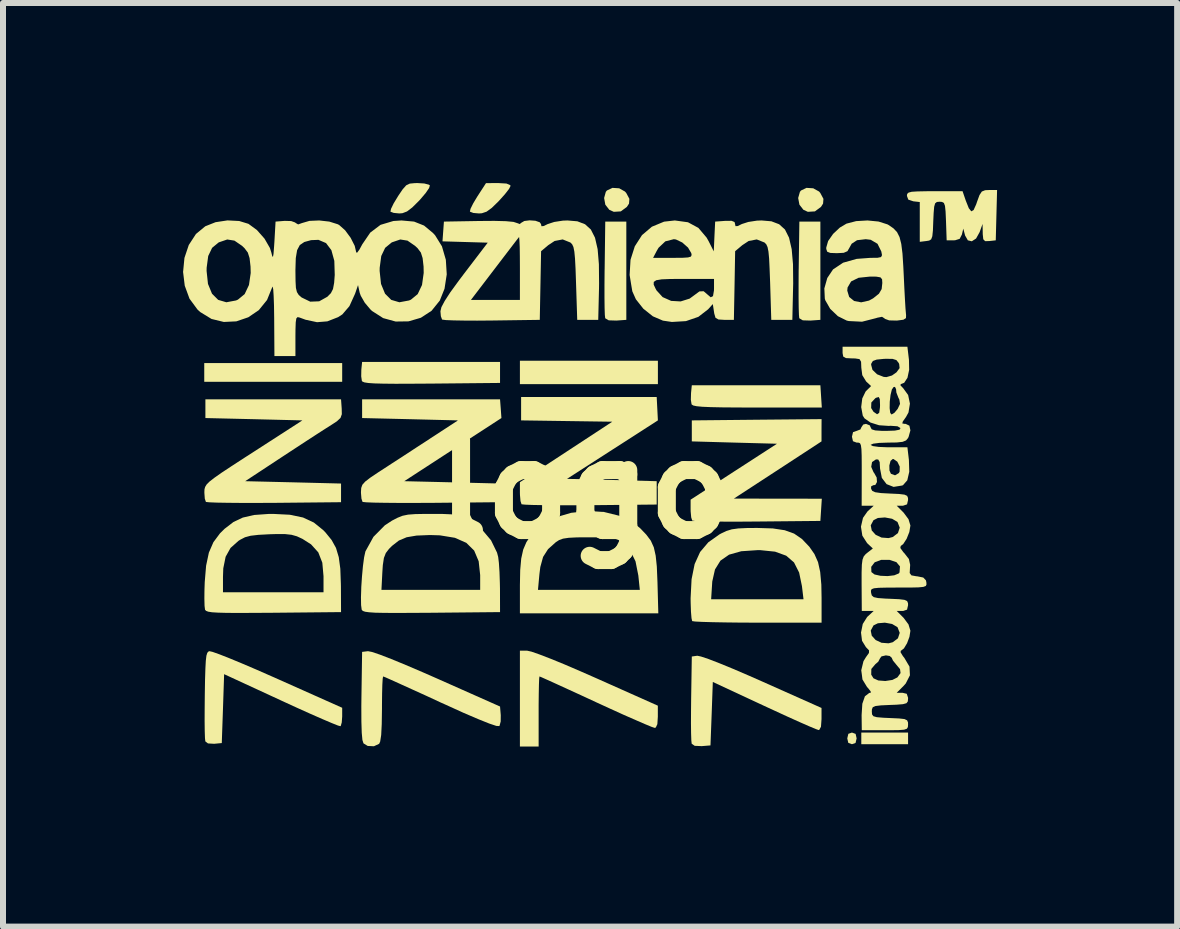
<source format=kicad_pcb>
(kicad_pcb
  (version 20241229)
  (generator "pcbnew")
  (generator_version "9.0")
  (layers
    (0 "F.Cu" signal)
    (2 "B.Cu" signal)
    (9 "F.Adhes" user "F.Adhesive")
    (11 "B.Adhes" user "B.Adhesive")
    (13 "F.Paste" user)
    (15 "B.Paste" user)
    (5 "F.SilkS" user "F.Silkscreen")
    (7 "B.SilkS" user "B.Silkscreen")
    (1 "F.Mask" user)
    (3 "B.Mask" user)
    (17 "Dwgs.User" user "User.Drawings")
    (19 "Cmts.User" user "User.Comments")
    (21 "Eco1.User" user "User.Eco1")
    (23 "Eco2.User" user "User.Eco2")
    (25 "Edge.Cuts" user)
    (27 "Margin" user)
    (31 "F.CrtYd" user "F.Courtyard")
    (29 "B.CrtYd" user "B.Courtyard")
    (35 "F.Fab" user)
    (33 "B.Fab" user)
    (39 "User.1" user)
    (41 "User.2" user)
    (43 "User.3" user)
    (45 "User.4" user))
  (footprint "logo"
    (layer "F.Cu")
    (at 6.703 5.103)
    (property "Reference" "logo" (at 0 0 0) (layer "F.SilkS") (effects (font (size 1.5 1.5) (thickness 0.3))))
    (attr board_only exclude_from_pos_files exclude_from_bom)
    (fp_poly (pts (xy -4.052 -1.948) (xy -4.052 -1.792) (xy -5.201 -1.792) (xy -6.35 -1.792) (xy -6.35 -1.948) (xy -6.35 -2.104) (xy -5.201 -2.104) (xy -4.052 -2.104)) (stroke (width 0) (type solid)) (fill yes) (layer "F.SilkS"))
    (fp_poly (pts (xy 1.208 -1.948) (xy 1.208 -1.753) (xy 0.058 -1.753) (xy -1.091 -1.753) (xy -1.091 -1.948) (xy -1.091 -2.143) (xy 0.058 -2.143) (xy 1.208 -2.143)) (stroke (width 0) (type solid)) (fill yes) (layer "F.SilkS"))
    (fp_poly (pts (xy 4.502 4.074) (xy 4.519 4.149) (xy 4.501 4.225) (xy 4.441 4.246) (xy 4.38 4.223) (xy 4.363 4.149) (xy 4.381 4.073) (xy 4.441 4.052)) (stroke (width 0) (type solid)) (fill yes) (layer "F.SilkS"))
    (fp_poly (pts (xy 5.376 4.149) (xy 5.376 4.246) (xy 4.987 4.246) (xy 4.597 4.246) (xy 4.597 4.149) (xy 4.597 4.052) (xy 4.987 4.052) (xy 5.376 4.052)) (stroke (width 0) (type solid)) (fill yes) (layer "F.SilkS"))
    (fp_poly (pts (xy 0.563 -5.016) (xy 0.659 -4.962) (xy 0.68 -4.939) (xy 0.733 -4.84) (xy 0.727 -4.761) (xy 0.691 -4.706) (xy 0.59 -4.631) (xy 0.473 -4.624) (xy 0.398 -4.658) (xy 0.332 -4.743) (xy 0.312 -4.854) (xy 0.34 -4.956) (xy 0.358 -4.979) (xy 0.451 -5.023)) (stroke (width 0) (type solid)) (fill yes) (layer "F.SilkS"))
    (fp_poly (pts (xy 3.796 -5.016) (xy 3.893 -4.962) (xy 3.913 -4.939) (xy 3.966 -4.84) (xy 3.96 -4.761) (xy 3.925 -4.706) (xy 3.824 -4.631) (xy 3.706 -4.624) (xy 3.632 -4.658) (xy 3.566 -4.743) (xy 3.545 -4.854) (xy 3.574 -4.956) (xy 3.592 -4.979) (xy 3.684 -5.023)) (stroke (width 0) (type solid)) (fill yes) (layer "F.SilkS"))
    (fp_poly (pts (xy 0.682 -3.642) (xy 0.682 -2.824) (xy 0.516 -2.812) (xy 0.389 -2.816) (xy 0.331 -2.85) (xy 0.33 -2.852) (xy 0.324 -2.906) (xy 0.32 -3.025) (xy 0.318 -3.196) (xy 0.318 -3.406) (xy 0.32 -3.644) (xy 0.321 -3.683) (xy 0.331 -4.461) (xy 0.506 -4.461) (xy 0.682 -4.461)) (stroke (width 0) (type solid)) (fill yes) (layer "F.SilkS"))
    (fp_poly (pts (xy 3.915 -3.642) (xy 3.915 -2.824) (xy 3.749 -2.812) (xy 3.622 -2.816) (xy 3.565 -2.85) (xy 3.563 -2.852) (xy 3.558 -2.906) (xy 3.554 -3.025) (xy 3.552 -3.196) (xy 3.552 -3.406) (xy 3.553 -3.644) (xy 3.554 -3.683) (xy 3.565 -4.461) (xy 3.74 -4.461) (xy 3.915 -4.461)) (stroke (width 0) (type solid)) (fill yes) (layer "F.SilkS"))
    (fp_poly (pts (xy -1.422 -1.948) (xy -1.422 -1.773) (xy -2.562 -1.762) (xy -2.898 -1.76) (xy -3.163 -1.759) (xy -3.366 -1.761) (xy -3.515 -1.765) (xy -3.617 -1.772) (xy -3.681 -1.782) (xy -3.715 -1.796) (xy -3.724 -1.807) (xy -3.735 -1.883) (xy -3.733 -1.989) (xy -3.733 -1.993) (xy -3.72 -2.123) (xy -2.571 -2.123) (xy -1.422 -2.123)) (stroke (width 0) (type solid)) (fill yes) (layer "F.SilkS"))
    (fp_poly (pts (xy 3.927 -1.549) (xy 3.939 -1.363) (xy 2.864 -1.363) (xy 2.538 -1.364) (xy 2.282 -1.366) (xy 2.088 -1.37) (xy 1.948 -1.376) (xy 1.854 -1.385) (xy 1.798 -1.397) (xy 1.772 -1.413) (xy 1.769 -1.418) (xy 1.757 -1.493) (xy 1.76 -1.6) (xy 1.76 -1.603) (xy 1.773 -1.734) (xy 2.844 -1.734) (xy 3.915 -1.734)) (stroke (width 0) (type solid)) (fill yes) (layer "F.SilkS"))
    (fp_poly (pts (xy -1.315 -5.095) (xy -1.253 -5.069) (xy -1.247 -5.055) (xy -1.273 -5.004) (xy -1.341 -4.917) (xy -1.435 -4.812) (xy -1.445 -4.801) (xy -1.56 -4.689) (xy -1.647 -4.626) (xy -1.725 -4.6) (xy -1.773 -4.597) (xy -1.867 -4.605) (xy -1.922 -4.626) (xy -1.924 -4.628) (xy -1.914 -4.674) (xy -1.869 -4.765) (xy -1.8 -4.88) (xy -1.799 -4.881) (xy -1.656 -5.102) (xy -1.451 -5.103)) (stroke (width 0) (type solid)) (fill yes) (layer "F.SilkS"))
    (fp_poly (pts (xy -2.684 -5.096) (xy -2.607 -5.076) (xy -2.591 -5.064) (xy -2.604 -5.02) (xy -2.661 -4.937) (xy -2.75 -4.832) (xy -2.769 -4.811) (xy -2.885 -4.696) (xy -2.972 -4.63) (xy -3.048 -4.601) (xy -3.1 -4.597) (xy -3.194 -4.606) (xy -3.247 -4.626) (xy -3.248 -4.628) (xy -3.238 -4.674) (xy -3.194 -4.765) (xy -3.124 -4.88) (xy -3.124 -4.881) (xy -3.045 -4.998) (xy -2.986 -5.065) (xy -2.926 -5.094) (xy -2.843 -5.102) (xy -2.797 -5.103)) (stroke (width 0) (type solid)) (fill yes) (layer "F.SilkS"))
    (fp_poly (pts (xy 1.198 -1.344) (xy 1.208 -1.149) (xy 0.451 -0.662) (xy -0.306 -0.175) (xy 0.441 -0.156) (xy 1.188 -0.136) (xy 1.188 0.058) (xy 1.188 0.253) (xy 0.075 0.264) (xy -0.212 0.265) (xy -0.473 0.265) (xy -0.699 0.263) (xy -0.879 0.26) (xy -1.003 0.255) (xy -1.061 0.249) (xy -1.064 0.247) (xy -1.081 0.195) (xy -1.09 0.095) (xy -1.091 0.051) (xy -1.091 -0.119) (xy -0.321 -0.623) (xy 0.448 -1.127) (xy -0.312 -1.138) (xy -1.071 -1.149) (xy -1.071 -1.344) (xy -1.071 -1.539) (xy 0.058 -1.539) (xy 1.188 -1.539)) (stroke (width 0) (type solid)) (fill yes) (layer "F.SilkS"))
    (fp_poly (pts (xy 3.934 -0.984) (xy 3.934 -0.799) (xy 3.204 -0.322) (xy 2.474 0.154) (xy 3.206 0.155) (xy 3.939 0.156) (xy 3.927 0.341) (xy 3.915 0.526) (xy 2.861 0.536) (xy 2.582 0.538) (xy 2.328 0.538) (xy 2.111 0.536) (xy 1.94 0.532) (xy 1.826 0.527) (xy 1.78 0.52) (xy 1.78 0.52) (xy 1.763 0.467) (xy 1.754 0.369) (xy 1.753 0.333) (xy 1.753 0.172) (xy 2.472 -0.294) (xy 3.192 -0.76) (xy 2.482 -0.779) (xy 1.773 -0.799) (xy 1.773 -0.974) (xy 1.773 -1.149) (xy 2.854 -1.16) (xy 3.935 -1.17)) (stroke (width 0) (type solid)) (fill yes) (layer "F.SilkS"))
    (fp_poly (pts (xy 1.926 2.785) (xy 2.052 2.827) (xy 2.233 2.897) (xy 2.462 2.991) (xy 2.732 3.107) (xy 2.945 3.201) (xy 3.934 3.642) (xy 3.934 3.828) (xy 3.925 3.955) (xy 3.896 4.008) (xy 3.886 4.01) (xy 3.838 3.993) (xy 3.73 3.948) (xy 3.573 3.879) (xy 3.375 3.79) (xy 3.149 3.686) (xy 2.98 3.608) (xy 2.123 3.209) (xy 2.104 3.738) (xy 2.084 4.266) (xy 1.938 4.278) (xy 1.821 4.273) (xy 1.771 4.238) (xy 1.765 4.183) (xy 1.761 4.065) (xy 1.759 3.895) (xy 1.76 3.688) (xy 1.762 3.485) (xy 1.773 2.785) (xy 1.864 2.772)) (stroke (width 0) (type solid)) (fill yes) (layer "F.SilkS"))
    (fp_poly (pts (xy -0.898 2.704) (xy -0.766 2.75) (xy -0.579 2.822) (xy -0.347 2.917) (xy -0.077 3.033) (xy 0.18 3.146) (xy 1.207 3.604) (xy 1.207 3.789) (xy 1.199 3.912) (xy 1.173 3.968) (xy 1.155 3.974) (xy 1.106 3.958) (xy 0.997 3.913) (xy 0.838 3.844) (xy 0.637 3.756) (xy 0.406 3.651) (xy 0.175 3.545) (xy -0.073 3.43) (xy -0.298 3.327) (xy -0.488 3.24) (xy -0.636 3.173) (xy -0.732 3.13) (xy -0.765 3.117) (xy -0.77 3.153) (xy -0.774 3.254) (xy -0.777 3.407) (xy -0.779 3.596) (xy -0.779 3.701) (xy -0.779 4.285) (xy -0.935 4.285) (xy -1.091 4.285) (xy -1.091 3.487) (xy -1.091 2.688) (xy -0.969 2.688)) (stroke (width 0) (type solid)) (fill yes) (layer "F.SilkS"))
    (fp_poly (pts (xy -6.211 2.708) (xy -6.098 2.748) (xy -5.933 2.813) (xy -5.725 2.899) (xy -5.484 3.002) (xy -5.218 3.119) (xy -5.123 3.161) (xy -4.052 3.639) (xy -4.052 3.785) (xy -4.059 3.883) (xy -4.076 3.942) (xy -4.081 3.946) (xy -4.122 3.935) (xy -4.225 3.894) (xy -4.38 3.828) (xy -4.576 3.742) (xy -4.805 3.639) (xy -5.058 3.523) (xy -5.064 3.52) (xy -6.019 3.079) (xy -6.038 3.653) (xy -6.058 4.227) (xy -6.185 4.239) (xy -6.288 4.233) (xy -6.332 4.199) (xy -6.338 4.145) (xy -6.342 4.026) (xy -6.344 3.856) (xy -6.343 3.648) (xy -6.341 3.427) (xy -6.337 3.173) (xy -6.331 2.985) (xy -6.324 2.855) (xy -6.314 2.771) (xy -6.299 2.723) (xy -6.279 2.701) (xy -6.263 2.696)) (stroke (width 0) (type solid)) (fill yes) (layer "F.SilkS"))
    (fp_poly (pts (xy -1.41 -1.344) (xy -1.399 -1.188) (xy -2.209 -0.662) (xy -3.018 -0.136) (xy -2.22 -0.117) (xy -1.422 -0.097) (xy -1.422 0.058) (xy -1.422 0.214) (xy -2.554 0.225) (xy -2.844 0.226) (xy -3.108 0.226) (xy -3.337 0.224) (xy -3.52 0.221) (xy -3.647 0.216) (xy -3.709 0.21) (xy -3.713 0.208) (xy -3.731 0.155) (xy -3.739 0.059) (xy -3.739 0.042) (xy -3.735 -0.023) (xy -3.716 -0.076) (xy -3.669 -0.129) (xy -3.582 -0.196) (xy -3.445 -0.288) (xy -3.398 -0.318) (xy -3.231 -0.427) (xy -3.024 -0.561) (xy -2.804 -0.705) (xy -2.596 -0.84) (xy -2.591 -0.844) (xy -2.123 -1.149) (xy -2.922 -1.169) (xy -3.72 -1.188) (xy -3.72 -1.344) (xy -3.72 -1.5) (xy -2.571 -1.5) (xy -1.422 -1.5)) (stroke (width 0) (type solid)) (fill yes) (layer "F.SilkS"))
    (fp_poly (pts (xy -4.06 -1.344) (xy -4.058 -1.252) (xy -4.08 -1.19) (xy -4.14 -1.134) (xy -4.235 -1.072) (xy -4.328 -1.013) (xy -4.471 -0.921) (xy -4.651 -0.804) (xy -4.853 -0.672) (xy -5.045 -0.546) (xy -5.668 -0.136) (xy -4.87 -0.117) (xy -4.071 -0.097) (xy -4.071 0.058) (xy -4.071 0.214) (xy -5.184 0.225) (xy -5.471 0.226) (xy -5.732 0.226) (xy -5.958 0.224) (xy -6.138 0.221) (xy -6.262 0.216) (xy -6.321 0.21) (xy -6.323 0.208) (xy -6.341 0.155) (xy -6.348 0.059) (xy -6.348 0.042) (xy -6.346 -0.002) (xy -6.335 -0.041) (xy -6.31 -0.082) (xy -6.261 -0.131) (xy -6.181 -0.193) (xy -6.063 -0.276) (xy -5.898 -0.385) (xy -5.681 -0.526) (xy -5.53 -0.623) (xy -4.715 -1.149) (xy -5.523 -1.169) (xy -6.331 -1.188) (xy -6.331 -1.344) (xy -6.331 -1.5) (xy -5.201 -1.5) (xy -4.071 -1.5)) (stroke (width 0) (type solid)) (fill yes) (layer "F.SilkS"))
    (fp_poly (pts (xy -3.556 2.709) (xy -3.425 2.753) (xy -3.236 2.826) (xy -2.993 2.926) (xy -2.703 3.05) (xy -2.473 3.151) (xy -1.422 3.618) (xy -1.41 3.762) (xy -1.411 3.867) (xy -1.43 3.938) (xy -1.435 3.944) (xy -1.484 3.941) (xy -1.601 3.902) (xy -1.783 3.829) (xy -2.031 3.723) (xy -2.341 3.582) (xy -2.413 3.55) (xy -2.663 3.434) (xy -2.89 3.331) (xy -3.084 3.243) (xy -3.234 3.175) (xy -3.333 3.131) (xy -3.37 3.117) (xy -3.377 3.153) (xy -3.383 3.254) (xy -3.387 3.404) (xy -3.389 3.59) (xy -3.389 3.654) (xy -3.393 3.911) (xy -3.402 4.092) (xy -3.419 4.202) (xy -3.436 4.239) (xy -3.523 4.28) (xy -3.627 4.275) (xy -3.697 4.232) (xy -3.715 4.176) (xy -3.726 4.057) (xy -3.732 3.871) (xy -3.733 3.613) (xy -3.731 3.443) (xy -3.72 2.708) (xy -3.622 2.696)) (stroke (width 0) (type solid)) (fill yes) (layer "F.SilkS"))
    (fp_poly (pts (xy 0.31 0.377) (xy 0.568 0.441) (xy 0.795 0.553) (xy 0.912 0.647) (xy 1.015 0.755) (xy 1.09 0.855) (xy 1.14 0.966) (xy 1.171 1.104) (xy 1.19 1.285) (xy 1.2 1.525) (xy 1.201 1.549) (xy 1.215 2.065) (xy 0.062 2.065) (xy -1.091 2.065) (xy -1.091 1.675) (xy -0.79 1.675) (xy 0.058 1.675) (xy 0.907 1.675) (xy 0.882 1.435) (xy 0.835 1.199) (xy 0.747 1.019) (xy 0.611 0.881) (xy 0.553 0.844) (xy 0.486 0.82) (xy 0.392 0.807) (xy 0.253 0.8) (xy 0.058 0.799) (xy -0.14 0.8) (xy -0.278 0.807) (xy -0.372 0.821) (xy -0.438 0.845) (xy -0.491 0.879) (xy -0.622 0.996) (xy -0.705 1.126) (xy -0.751 1.294) (xy -0.766 1.413) (xy -0.79 1.675) (xy -1.091 1.675) (xy -1.091 1.596) (xy -1.086 1.344) (xy -1.069 1.153) (xy -1.036 1.004) (xy -0.983 0.88) (xy -0.906 0.763) (xy -0.896 0.75) (xy -0.72 0.587) (xy -0.496 0.467) (xy -0.238 0.391) (xy 0.036 0.361)) (stroke (width 0) (type solid)) (fill yes) (layer "F.SilkS"))
    (fp_poly (pts (xy 3.122 0.651) (xy 3.321 0.681) (xy 3.477 0.737) (xy 3.608 0.827) (xy 3.731 0.956) (xy 3.816 1.078) (xy 3.876 1.213) (xy 3.912 1.377) (xy 3.931 1.588) (xy 3.935 1.806) (xy 3.935 2.221) (xy 2.87 2.221) (xy 2.589 2.22) (xy 2.335 2.217) (xy 2.116 2.213) (xy 1.944 2.208) (xy 1.828 2.202) (xy 1.78 2.195) (xy 1.779 2.195) (xy 1.768 2.146) (xy 1.759 2.039) (xy 1.754 1.892) (xy 1.753 1.831) (xy 2.095 1.831) (xy 2.864 1.831) (xy 3.634 1.831) (xy 3.608 1.613) (xy 3.561 1.386) (xy 3.476 1.218) (xy 3.345 1.105) (xy 3.16 1.038) (xy 2.915 1.013) (xy 2.864 1.013) (xy 2.597 1.031) (xy 2.394 1.088) (xy 2.25 1.188) (xy 2.159 1.335) (xy 2.114 1.534) (xy 2.111 1.579) (xy 2.095 1.831) (xy 1.753 1.831) (xy 1.753 1.812) (xy 1.769 1.498) (xy 1.82 1.245) (xy 1.911 1.044) (xy 2.048 0.882) (xy 2.234 0.75) (xy 2.264 0.734) (xy 2.351 0.693) (xy 2.439 0.666) (xy 2.548 0.651) (xy 2.699 0.644) (xy 2.863 0.643)) (stroke (width 0) (type solid)) (fill yes) (layer "F.SilkS"))
    (fp_poly (pts (xy 6.848 -4.568) (xy 6.837 -4.149) (xy 6.73 -4.137) (xy 6.66 -4.135) (xy 6.629 -4.167) (xy 6.62 -4.253) (xy 6.62 -4.273) (xy 6.617 -4.422) (xy 6.568 -4.285) (xy 6.509 -4.179) (xy 6.438 -4.133) (xy 6.372 -4.149) (xy 6.325 -4.231) (xy 6.325 -4.234) (xy 6.296 -4.344) (xy 6.273 -4.246) (xy 6.236 -4.174) (xy 6.16 -4.15) (xy 6.134 -4.149) (xy 6.019 -4.149) (xy 6.008 -4.47) (xy 6.001 -4.628) (xy 5.991 -4.723) (xy 5.973 -4.772) (xy 5.941 -4.789) (xy 5.902 -4.792) (xy 5.856 -4.788) (xy 5.827 -4.765) (xy 5.811 -4.709) (xy 5.802 -4.603) (xy 5.796 -4.47) (xy 5.79 -4.313) (xy 5.78 -4.217) (xy 5.761 -4.166) (xy 5.728 -4.145) (xy 5.678 -4.137) (xy 5.571 -4.124) (xy 5.571 -4.455) (xy 5.571 -4.787) (xy 5.464 -4.799) (xy 5.38 -4.827) (xy 5.357 -4.889) (xy 5.361 -4.922) (xy 5.384 -4.944) (xy 5.437 -4.958) (xy 5.534 -4.964) (xy 5.688 -4.967) (xy 5.82 -4.967) (xy 6.284 -4.967) (xy 6.337 -4.812) (xy 6.388 -4.684) (xy 6.429 -4.632) (xy 6.468 -4.654) (xy 6.511 -4.749) (xy 6.524 -4.788) (xy 6.566 -4.903) (xy 6.605 -4.962) (xy 6.66 -4.984) (xy 6.725 -4.987) (xy 6.859 -4.987)) (stroke (width 0) (type solid)) (fill yes) (layer "F.SilkS"))
    (fp_poly (pts (xy -4.924 0.423) (xy -4.704 0.469) (xy -4.524 0.553) (xy -4.367 0.68) (xy -4.332 0.716) (xy -4.228 0.844) (xy -4.155 0.976) (xy -4.109 1.13) (xy -4.083 1.323) (xy -4.074 1.573) (xy -4.073 1.617) (xy -4.071 2.045) (xy -5.192 2.056) (xy -5.52 2.058) (xy -5.779 2.059) (xy -5.976 2.058) (xy -6.121 2.054) (xy -6.22 2.048) (xy -6.284 2.038) (xy -6.32 2.024) (xy -6.336 2.007) (xy -6.337 2.005) (xy -6.345 1.941) (xy -6.348 1.82) (xy -6.347 1.714) (xy -6.038 1.714) (xy -5.201 1.714) (xy -4.363 1.714) (xy -4.363 1.447) (xy -4.383 1.222) (xy -4.45 1.05) (xy -4.571 0.916) (xy -4.714 0.825) (xy -4.807 0.782) (xy -4.896 0.757) (xy -5.005 0.745) (xy -5.156 0.745) (xy -5.264 0.748) (xy -5.449 0.758) (xy -5.578 0.773) (xy -5.671 0.798) (xy -5.75 0.839) (xy -5.78 0.858) (xy -5.912 0.976) (xy -5.994 1.123) (xy -6.033 1.316) (xy -6.038 1.457) (xy -6.038 1.714) (xy -6.347 1.714) (xy -6.346 1.661) (xy -6.342 1.546) (xy -6.319 1.271) (xy -6.273 1.054) (xy -6.198 0.881) (xy -6.088 0.733) (xy -6.011 0.657) (xy -5.864 0.544) (xy -5.707 0.47) (xy -5.52 0.427) (xy -5.283 0.41) (xy -5.201 0.409)) (stroke (width 0) (type solid)) (fill yes) (layer "F.SilkS"))
    (fp_poly (pts (xy -2.374 0.41) (xy -2.235 0.416) (xy -2.133 0.431) (xy -2.049 0.457) (xy -1.962 0.499) (xy -1.918 0.523) (xy -1.727 0.665) (xy -1.572 0.849) (xy -1.472 1.054) (xy -1.453 1.126) (xy -1.441 1.226) (xy -1.431 1.379) (xy -1.425 1.559) (xy -1.423 1.656) (xy -1.422 2.045) (xy -2.562 2.056) (xy -2.893 2.058) (xy -3.154 2.059) (xy -3.354 2.058) (xy -3.501 2.055) (xy -3.603 2.048) (xy -3.669 2.039) (xy -3.707 2.026) (xy -3.724 2.009) (xy -3.727 2.004) (xy -3.737 1.929) (xy -3.739 1.797) (xy -3.735 1.675) (xy -3.398 1.675) (xy -2.575 1.675) (xy -1.753 1.675) (xy -1.753 1.428) (xy -1.778 1.198) (xy -1.853 1.02) (xy -1.984 0.891) (xy -2.174 0.807) (xy -2.425 0.766) (xy -2.591 0.761) (xy -2.813 0.77) (xy -2.978 0.798) (xy -3.108 0.853) (xy -3.222 0.942) (xy -3.272 0.992) (xy -3.325 1.061) (xy -3.357 1.143) (xy -3.375 1.263) (xy -3.383 1.385) (xy -3.398 1.675) (xy -3.735 1.675) (xy -3.734 1.631) (xy -3.722 1.451) (xy -3.706 1.278) (xy -3.687 1.134) (xy -3.666 1.038) (xy -3.664 1.032) (xy -3.531 0.791) (xy -3.34 0.598) (xy -3.222 0.521) (xy -3.129 0.473) (xy -3.046 0.44) (xy -2.954 0.421) (xy -2.833 0.412) (xy -2.663 0.409) (xy -2.571 0.409)) (stroke (width 0) (type solid)) (fill yes) (layer "F.SilkS"))
    (fp_poly (pts (xy -0.833 -4.475) (xy -0.761 -4.45) (xy -0.74 -4.421) (xy -0.732 -4.384) (xy -0.695 -4.387) (xy -0.625 -4.421) (xy -0.519 -4.455) (xy -0.376 -4.477) (xy -0.297 -4.48) (xy -0.134 -4.466) (xy -0.006 -4.417) (xy 0.091 -4.329) (xy 0.16 -4.193) (xy 0.204 -4.002) (xy 0.225 -3.751) (xy 0.228 -3.431) (xy 0.227 -3.35) (xy 0.214 -2.824) (xy 0.039 -2.824) (xy -0.136 -2.824) (xy -0.156 -3.441) (xy -0.164 -3.676) (xy -0.173 -3.846) (xy -0.184 -3.961) (xy -0.199 -4.036) (xy -0.22 -4.082) (xy -0.248 -4.111) (xy -0.251 -4.113) (xy -0.378 -4.164) (xy -0.513 -4.138) (xy -0.619 -4.068) (xy -0.738 -3.968) (xy -0.749 -3.396) (xy -0.76 -2.824) (xy -1.56 -2.813) (xy -1.803 -2.811) (xy -2.018 -2.812) (xy -2.195 -2.815) (xy -2.321 -2.82) (xy -2.384 -2.828) (xy -2.388 -2.83) (xy -2.408 -2.885) (xy -2.415 -2.967) (xy -2.399 -3.035) (xy -2.345 -3.137) (xy -2.333 -3.156) (xy -1.907 -3.156) (xy -1.499 -3.156) (xy -1.091 -3.156) (xy -1.091 -3.688) (xy -1.092 -3.88) (xy -1.094 -4.038) (xy -1.099 -4.15) (xy -1.104 -4.202) (xy -1.105 -4.204) (xy -1.133 -4.169) (xy -1.199 -4.083) (xy -1.296 -3.956) (xy -1.416 -3.799) (xy -1.513 -3.672) (xy -1.907 -3.156) (xy -2.333 -3.156) (xy -2.252 -3.281) (xy -2.113 -3.472) (xy -2.021 -3.594) (xy -1.627 -4.11) (xy -2.004 -4.121) (xy -2.381 -4.132) (xy -2.369 -4.296) (xy -2.357 -4.461) (xy -1.778 -4.471) (xy -1.519 -4.473) (xy -1.324 -4.468) (xy -1.198 -4.456) (xy -1.148 -4.44) (xy -1.094 -4.42) (xy -1.072 -4.439) (xy -1.018 -4.471) (xy -0.929 -4.482)) (stroke (width 0) (type solid)) (fill yes) (layer "F.SilkS"))
    (fp_poly (pts (xy 4.884 -4.462) (xy 5.032 -4.415) (xy 5.052 -4.404) (xy 5.132 -4.349) (xy 5.192 -4.286) (xy 5.234 -4.203) (xy 5.263 -4.088) (xy 5.283 -3.927) (xy 5.297 -3.707) (xy 5.304 -3.565) (xy 5.314 -3.353) (xy 5.324 -3.165) (xy 5.333 -3.016) (xy 5.341 -2.922) (xy 5.343 -2.902) (xy 5.341 -2.853) (xy 5.298 -2.826) (xy 5.198 -2.813) (xy 5.185 -2.812) (xy 5.061 -2.815) (xy 4.99 -2.841) (xy 4.984 -2.848) (xy 4.942 -2.875) (xy 4.861 -2.859) (xy 4.844 -2.853) (xy 4.609 -2.793) (xy 4.39 -2.804) (xy 4.354 -2.812) (xy 4.207 -2.885) (xy 4.079 -3.007) (xy 3.997 -3.15) (xy 3.989 -3.178) (xy 3.983 -3.311) (xy 4.363 -3.311) (xy 4.395 -3.205) (xy 4.478 -3.138) (xy 4.595 -3.116) (xy 4.725 -3.145) (xy 4.793 -3.182) (xy 4.891 -3.26) (xy 4.936 -3.337) (xy 4.947 -3.438) (xy 4.943 -3.5) (xy 4.916 -3.532) (xy 4.847 -3.544) (xy 4.742 -3.545) (xy 4.551 -3.525) (xy 4.427 -3.464) (xy 4.368 -3.363) (xy 4.363 -3.311) (xy 3.983 -3.311) (xy 3.981 -3.347) (xy 4.03 -3.521) (xy 4.125 -3.663) (xy 4.126 -3.664) (xy 4.293 -3.776) (xy 4.52 -3.84) (xy 4.747 -3.857) (xy 4.867 -3.858) (xy 4.926 -3.87) (xy 4.942 -3.902) (xy 4.93 -3.964) (xy 4.867 -4.091) (xy 4.754 -4.158) (xy 4.671 -4.168) (xy 4.526 -4.151) (xy 4.436 -4.092) (xy 4.4 -4.027) (xy 4.366 -3.968) (xy 4.304 -3.941) (xy 4.191 -3.935) (xy 4.189 -3.935) (xy 4.08 -3.939) (xy 4.029 -3.959) (xy 4.013 -4.005) (xy 4.013 -4.029) (xy 4.044 -4.137) (xy 4.127 -4.256) (xy 4.24 -4.362) (xy 4.35 -4.427) (xy 4.511 -4.469) (xy 4.7 -4.48)) (stroke (width 0) (type solid)) (fill yes) (layer "F.SilkS"))
    (fp_poly (pts (xy 3.099 -4.466) (xy 3.228 -4.417) (xy 3.325 -4.329) (xy 3.393 -4.193) (xy 3.437 -4.002) (xy 3.459 -3.751) (xy 3.462 -3.431) (xy 3.46 -3.35) (xy 3.448 -2.824) (xy 3.272 -2.824) (xy 3.097 -2.824) (xy 3.078 -3.441) (xy 3.069 -3.676) (xy 3.061 -3.846) (xy 3.05 -3.961) (xy 3.035 -4.036) (xy 3.014 -4.082) (xy 2.986 -4.111) (xy 2.983 -4.113) (xy 2.855 -4.164) (xy 2.72 -4.138) (xy 2.614 -4.068) (xy 2.495 -3.968) (xy 2.485 -3.396) (xy 2.474 -2.824) (xy 2.318 -2.824) (xy 2.217 -2.83) (xy 2.168 -2.858) (xy 2.147 -2.929) (xy 2.143 -2.955) (xy 2.123 -3.087) (xy 2.045 -3) (xy 1.882 -2.874) (xy 1.675 -2.803) (xy 1.441 -2.789) (xy 1.292 -2.811) (xy 1.124 -2.883) (xy 0.965 -3.01) (xy 0.841 -3.167) (xy 0.782 -3.299) (xy 0.763 -3.411) (xy 1.138 -3.411) (xy 1.168 -3.346) (xy 1.184 -3.316) (xy 1.287 -3.203) (xy 1.429 -3.14) (xy 1.587 -3.131) (xy 1.737 -3.178) (xy 1.808 -3.23) (xy 1.9 -3.298) (xy 1.97 -3.301) (xy 2.026 -3.253) (xy 2.088 -3.2) (xy 2.126 -3.219) (xy 2.142 -3.313) (xy 2.143 -3.35) (xy 2.143 -3.506) (xy 1.636 -3.506) (xy 1.419 -3.505) (xy 1.27 -3.499) (xy 1.18 -3.484) (xy 1.139 -3.456) (xy 1.138 -3.411) (xy 0.763 -3.411) (xy 0.737 -3.572) (xy 0.752 -3.825) (xy 0.762 -3.857) (xy 1.128 -3.857) (xy 1.456 -3.857) (xy 1.616 -3.858) (xy 1.711 -3.864) (xy 1.758 -3.878) (xy 1.77 -3.905) (xy 1.764 -3.936) (xy 1.71 -4.028) (xy 1.614 -4.113) (xy 1.509 -4.163) (xy 1.473 -4.168) (xy 1.332 -4.132) (xy 1.219 -4.025) (xy 1.188 -3.972) (xy 1.128 -3.857) (xy 0.762 -3.857) (xy 0.823 -4.049) (xy 0.943 -4.236) (xy 1.108 -4.376) (xy 1.311 -4.46) (xy 1.49 -4.48) (xy 1.709 -4.45) (xy 1.883 -4.356) (xy 2.019 -4.195) (xy 2.053 -4.135) (xy 2.139 -3.965) (xy 2.15 -4.213) (xy 2.162 -4.461) (xy 2.328 -4.473) (xy 2.435 -4.474) (xy 2.485 -4.454) (xy 2.493 -4.423) (xy 2.501 -4.385) (xy 2.537 -4.387) (xy 2.608 -4.421) (xy 2.714 -4.455) (xy 2.857 -4.477) (xy 2.936 -4.48)) (stroke (width 0) (type solid)) (fill yes) (layer "F.SilkS"))
    (fp_poly (pts (xy -5.768 -4.471) (xy -5.614 -4.424) (xy -5.473 -4.321) (xy -5.346 -4.177) (xy -5.256 -4.021) (xy -5.232 -3.945) (xy -5.217 -3.884) (xy -5.205 -3.874) (xy -5.196 -3.924) (xy -5.187 -4.041) (xy -5.181 -4.129) (xy -5.162 -4.461) (xy -5.01 -4.473) (xy -4.902 -4.47) (xy -4.835 -4.446) (xy -4.83 -4.44) (xy -4.786 -4.414) (xy -4.721 -4.437) (xy -4.597 -4.473) (xy -4.434 -4.48) (xy -4.266 -4.461) (xy -4.126 -4.417) (xy -4.102 -4.404) (xy -4.003 -4.316) (xy -3.911 -4.191) (xy -3.843 -4.057) (xy -3.818 -3.948) (xy -3.803 -3.943) (xy -3.764 -3.996) (xy -3.717 -4.083) (xy -3.584 -4.278) (xy -3.413 -4.407) (xy -3.199 -4.471) (xy -3.063 -4.48) (xy -2.854 -4.461) (xy -2.688 -4.395) (xy -2.54 -4.272) (xy -2.504 -4.233) (xy -2.39 -4.049) (xy -2.325 -3.825) (xy -2.31 -3.582) (xy -2.347 -3.342) (xy -2.426 -3.145) (xy -2.563 -2.975) (xy -2.741 -2.859) (xy -2.946 -2.799) (xy -3.161 -2.796) (xy -3.369 -2.853) (xy -3.555 -2.972) (xy -3.584 -3) (xy -3.676 -3.11) (xy -3.742 -3.225) (xy -3.76 -3.275) (xy -3.788 -3.403) (xy -3.837 -3.26) (xy -3.931 -3.053) (xy -4.049 -2.915) (xy -4.12 -2.869) (xy -4.299 -2.799) (xy -4.471 -2.785) (xy -4.662 -2.826) (xy -4.763 -2.863) (xy -4.795 -2.87) (xy -4.816 -2.848) (xy -4.826 -2.783) (xy -4.83 -2.662) (xy -4.831 -2.556) (xy -4.831 -2.221) (xy -5.006 -2.221) (xy -5.181 -2.221) (xy -5.185 -2.854) (xy -5.188 -3.063) (xy -5.194 -3.226) (xy -5.201 -3.334) (xy -5.211 -3.379) (xy -5.218 -3.367) (xy -5.304 -3.155) (xy -5.441 -2.986) (xy -5.616 -2.867) (xy -5.815 -2.799) (xy -6.024 -2.789) (xy -6.229 -2.839) (xy -6.417 -2.954) (xy -6.462 -2.995) (xy -6.596 -3.177) (xy -6.675 -3.393) (xy -6.703 -3.624) (xy -6.701 -3.639) (xy -6.311 -3.639) (xy -6.288 -3.423) (xy -6.221 -3.26) (xy -6.118 -3.157) (xy -5.982 -3.117) (xy -5.821 -3.147) (xy -5.789 -3.161) (xy -5.677 -3.253) (xy -5.605 -3.405) (xy -5.576 -3.605) (xy -5.577 -3.639) (xy -4.831 -3.639) (xy -4.829 -3.468) (xy -4.823 -3.357) (xy -4.806 -3.287) (xy -4.776 -3.239) (xy -4.728 -3.197) (xy -4.584 -3.127) (xy -4.435 -3.133) (xy -4.299 -3.209) (xy -4.24 -3.269) (xy -4.205 -3.338) (xy -4.186 -3.44) (xy -4.176 -3.573) (xy -4.178 -3.639) (xy -3.428 -3.639) (xy -3.405 -3.423) (xy -3.338 -3.26) (xy -3.235 -3.157) (xy -3.099 -3.117) (xy -2.938 -3.147) (xy -2.906 -3.161) (xy -2.794 -3.253) (xy -2.722 -3.405) (xy -2.694 -3.605) (xy -2.696 -3.712) (xy -2.712 -3.853) (xy -2.741 -3.945) (xy -2.797 -4.019) (xy -2.838 -4.057) (xy -2.964 -4.144) (xy -3.084 -4.163) (xy -3.222 -4.116) (xy -3.228 -4.113) (xy -3.336 -4.024) (xy -3.401 -3.888) (xy -3.427 -3.693) (xy -3.428 -3.639) (xy -4.178 -3.639) (xy -4.183 -3.807) (xy -4.232 -3.985) (xy -4.321 -4.103) (xy -4.447 -4.157) (xy -4.57 -4.152) (xy -4.683 -4.121) (xy -4.758 -4.07) (xy -4.803 -3.985) (xy -4.825 -3.853) (xy -4.831 -3.658) (xy -4.831 -3.639) (xy -5.577 -3.639) (xy -5.579 -3.712) (xy -5.595 -3.853) (xy -5.624 -3.945) (xy -5.68 -4.019) (xy -5.72 -4.057) (xy -5.847 -4.144) (xy -5.967 -4.163) (xy -6.105 -4.116) (xy -6.111 -4.113) (xy -6.219 -4.024) (xy -6.284 -3.888) (xy -6.31 -3.693) (xy -6.311 -3.639) (xy -6.701 -3.639) (xy -6.68 -3.856) (xy -6.608 -4.071) (xy -6.488 -4.255) (xy -6.333 -4.383) (xy -6.162 -4.451) (xy -5.963 -4.481)) (stroke (width 0) (type solid)) (fill yes) (layer "F.SilkS"))
    (fp_poly (pts (xy 5.391 -2.157) (xy 5.394 -1.991) (xy 5.366 -1.859) (xy 5.311 -1.775) (xy 5.254 -1.753) (xy 5.249 -1.733) (xy 5.295 -1.685) (xy 5.377 -1.572) (xy 5.407 -1.428) (xy 5.383 -1.281) (xy 5.341 -1.205) (xy 5.288 -1.13) (xy 5.28 -1.098) (xy 5.318 -1.091) (xy 5.336 -1.091) (xy 5.398 -1.061) (xy 5.415 -0.983) (xy 5.385 -0.875) (xy 5.375 -0.854) (xy 5.342 -0.815) (xy 5.286 -0.792) (xy 5.187 -0.781) (xy 5.044 -0.779) (xy 4.897 -0.774) (xy 4.795 -0.761) (xy 4.753 -0.742) (xy 4.753 -0.74) (xy 4.789 -0.721) (xy 4.888 -0.707) (xy 5.035 -0.701) (xy 5.059 -0.701) (xy 5.365 -0.701) (xy 5.39 -0.49) (xy 5.396 -0.293) (xy 5.363 -0.151) (xy 5.293 -0.071) (xy 5.278 -0.064) (xy 5.135 -0.041) (xy 5.018 -0.087) (xy 4.939 -0.191) (xy 4.909 -0.347) (xy 4.909 -0.353) (xy 4.906 -0.398) (xy 5.064 -0.398) (xy 5.066 -0.314) (xy 5.09 -0.26) (xy 5.159 -0.234) (xy 5.222 -0.271) (xy 5.235 -0.295) (xy 5.237 -0.38) (xy 5.197 -0.461) (xy 5.134 -0.505) (xy 5.121 -0.506) (xy 5.084 -0.474) (xy 5.064 -0.398) (xy 4.906 -0.398) (xy 4.903 -0.455) (xy 4.879 -0.497) (xy 4.841 -0.499) (xy 4.776 -0.455) (xy 4.762 -0.375) (xy 4.801 -0.285) (xy 4.811 -0.273) (xy 4.853 -0.197) (xy 4.858 -0.122) (xy 4.83 -0.073) (xy 4.796 -0.069) (xy 4.76 -0.049) (xy 4.76 -0.011) (xy 4.779 0.025) (xy 4.829 0.048) (xy 4.926 0.062) (xy 5.075 0.07) (xy 5.226 0.077) (xy 5.316 0.088) (xy 5.36 0.108) (xy 5.375 0.143) (xy 5.376 0.177) (xy 5.359 0.25) (xy 5.294 0.272) (xy 5.282 0.273) (xy 5.187 0.273) (xy 5.301 0.387) (xy 5.383 0.497) (xy 5.415 0.602) (xy 5.415 0.603) (xy 5.397 0.711) (xy 5.352 0.824) (xy 5.295 0.912) (xy 5.254 0.943) (xy 5.247 0.977) (xy 5.296 1.045) (xy 5.316 1.066) (xy 5.39 1.161) (xy 5.411 1.258) (xy 5.408 1.305) (xy 5.403 1.394) (xy 5.432 1.433) (xy 5.514 1.448) (xy 5.53 1.449) (xy 5.629 1.469) (xy 5.673 1.515) (xy 5.681 1.549) (xy 5.683 1.585) (xy 5.671 1.61) (xy 5.63 1.625) (xy 5.549 1.633) (xy 5.414 1.636) (xy 5.22 1.636) (xy 5.022 1.637) (xy 4.889 1.64) (xy 4.809 1.648) (xy 4.769 1.663) (xy 4.757 1.688) (xy 4.76 1.724) (xy 4.772 1.768) (xy 4.805 1.796) (xy 4.875 1.811) (xy 4.998 1.82) (xy 5.074 1.823) (xy 5.226 1.83) (xy 5.316 1.841) (xy 5.36 1.861) (xy 5.375 1.896) (xy 5.376 1.93) (xy 5.359 2.004) (xy 5.294 2.026) (xy 5.282 2.026) (xy 5.187 2.026) (xy 5.301 2.14) (xy 5.383 2.25) (xy 5.415 2.355) (xy 5.415 2.356) (xy 5.399 2.457) (xy 5.359 2.564) (xy 5.307 2.65) (xy 5.258 2.688) (xy 5.255 2.688) (xy 5.251 2.714) (xy 5.29 2.778) (xy 5.314 2.808) (xy 5.4 2.954) (xy 5.407 3.098) (xy 5.337 3.235) (xy 5.301 3.275) (xy 5.187 3.389) (xy 5.282 3.389) (xy 5.354 3.406) (xy 5.376 3.472) (xy 5.376 3.485) (xy 5.372 3.533) (xy 5.349 3.563) (xy 5.291 3.579) (xy 5.181 3.588) (xy 5.074 3.592) (xy 4.923 3.599) (xy 4.833 3.61) (xy 4.788 3.63) (xy 4.774 3.665) (xy 4.772 3.701) (xy 4.776 3.75) (xy 4.799 3.78) (xy 4.856 3.796) (xy 4.964 3.805) (xy 5.074 3.81) (xy 5.226 3.817) (xy 5.316 3.827) (xy 5.36 3.848) (xy 5.375 3.883) (xy 5.376 3.917) (xy 5.373 3.96) (xy 5.356 3.988) (xy 5.31 4.004) (xy 5.22 4.011) (xy 5.073 4.013) (xy 4.991 4.013) (xy 4.605 4.013) (xy 4.602 3.762) (xy 4.614 3.572) (xy 4.657 3.448) (xy 4.729 3.392) (xy 4.754 3.389) (xy 4.753 3.366) (xy 4.707 3.308) (xy 4.693 3.294) (xy 4.616 3.167) (xy 4.606 3.087) (xy 4.762 3.087) (xy 4.8 3.148) (xy 4.88 3.184) (xy 4.997 3.193) (xy 5.115 3.175) (xy 5.198 3.133) (xy 5.251 3.061) (xy 5.242 2.995) (xy 5.181 2.922) (xy 5.124 2.852) (xy 5.103 2.805) (xy 5.07 2.776) (xy 5.006 2.766) (xy 4.933 2.783) (xy 4.909 2.815) (xy 4.879 2.872) (xy 4.831 2.913) (xy 4.764 2.992) (xy 4.762 3.087) (xy 4.606 3.087) (xy 4.596 3.014) (xy 4.633 2.863) (xy 4.674 2.796) (xy 4.724 2.726) (xy 4.726 2.683) (xy 4.679 2.634) (xy 4.674 2.629) (xy 4.609 2.523) (xy 4.592 2.385) (xy 4.599 2.353) (xy 4.754 2.353) (xy 4.771 2.438) (xy 4.836 2.51) (xy 4.934 2.556) (xy 5.051 2.565) (xy 5.121 2.547) (xy 5.207 2.482) (xy 5.237 2.391) (xy 5.201 2.299) (xy 5.198 2.295) (xy 5.11 2.243) (xy 4.99 2.221) (xy 4.873 2.231) (xy 4.8 2.267) (xy 4.754 2.353) (xy 4.599 2.353) (xy 4.621 2.243) (xy 4.694 2.127) (xy 4.7 2.121) (xy 4.803 2.026) (xy 4.704 2.026) (xy 4.605 2.026) (xy 4.602 1.579) (xy 4.602 1.386) (xy 4.605 1.291) (xy 4.762 1.291) (xy 4.765 1.378) (xy 4.817 1.418) (xy 4.916 1.44) (xy 5.035 1.445) (xy 5.146 1.432) (xy 5.221 1.401) (xy 5.234 1.383) (xy 5.241 1.284) (xy 5.182 1.213) (xy 5.068 1.175) (xy 4.927 1.175) (xy 4.82 1.215) (xy 4.762 1.291) (xy 4.605 1.291) (xy 4.606 1.255) (xy 4.617 1.171) (xy 4.637 1.118) (xy 4.669 1.08) (xy 4.694 1.059) (xy 4.789 0.985) (xy 4.693 0.895) (xy 4.614 0.771) (xy 4.591 0.622) (xy 4.596 0.6) (xy 4.754 0.6) (xy 4.771 0.685) (xy 4.836 0.757) (xy 4.934 0.803) (xy 5.051 0.812) (xy 5.121 0.794) (xy 5.207 0.729) (xy 5.237 0.638) (xy 5.201 0.546) (xy 5.198 0.542) (xy 5.11 0.49) (xy 4.99 0.468) (xy 4.873 0.477) (xy 4.8 0.514) (xy 4.754 0.6) (xy 4.596 0.6) (xy 4.625 0.475) (xy 4.7 0.368) (xy 4.803 0.273) (xy 4.703 0.273) (xy 4.603 0.273) (xy 4.604 -0.166) (xy 4.604 -0.396) (xy 4.603 -0.561) (xy 4.599 -0.67) (xy 4.59 -0.735) (xy 4.576 -0.767) (xy 4.554 -0.778) (xy 4.523 -0.779) (xy 4.519 -0.779) (xy 4.458 -0.802) (xy 4.441 -0.877) (xy 4.459 -0.953) (xy 4.519 -0.974) (xy 4.582 -0.998) (xy 4.597 -1.032) (xy 4.629 -1.08) (xy 4.675 -1.091) (xy 4.738 -1.066) (xy 4.753 -1.032) (xy 4.77 -1) (xy 4.829 -0.982) (xy 4.947 -0.974) (xy 5.009 -0.974) (xy 5.156 -0.979) (xy 5.234 -0.994) (xy 5.25 -1.021) (xy 5.2 -1.051) (xy 5.085 -1.059) (xy 5.055 -1.057) (xy 4.893 -1.068) (xy 4.75 -1.113) (xy 4.65 -1.183) (xy 4.621 -1.229) (xy 4.598 -1.355) (xy 4.761 -1.355) (xy 4.8 -1.293) (xy 4.86 -1.251) (xy 4.895 -1.275) (xy 4.906 -1.353) (xy 5.069 -1.353) (xy 5.079 -1.273) (xy 5.101 -1.247) (xy 5.149 -1.276) (xy 5.203 -1.341) (xy 5.242 -1.424) (xy 5.23 -1.497) (xy 5.215 -1.526) (xy 5.181 -1.614) (xy 5.176 -1.67) (xy 5.158 -1.707) (xy 5.135 -1.705) (xy 5.106 -1.663) (xy 5.084 -1.573) (xy 5.071 -1.461) (xy 5.069 -1.353) (xy 4.906 -1.353) (xy 4.908 -1.37) (xy 4.909 -1.404) (xy 4.905 -1.502) (xy 4.888 -1.538) (xy 4.846 -1.527) (xy 4.831 -1.519) (xy 4.764 -1.447) (xy 4.761 -1.355) (xy 4.598 -1.355) (xy 4.595 -1.37) (xy 4.613 -1.515) (xy 4.668 -1.629) (xy 4.678 -1.64) (xy 4.76 -1.721) (xy 4.678 -1.797) (xy 4.613 -1.903) (xy 4.597 -2.027) (xy 4.595 -2.078) (xy 4.76 -2.078) (xy 4.783 -1.991) (xy 4.86 -1.917) (xy 4.969 -1.874) (xy 5.015 -1.87) (xy 5.108 -1.897) (xy 5.182 -1.949) (xy 5.235 -2.02) (xy 5.228 -2.087) (xy 5.219 -2.107) (xy 5.181 -2.154) (xy 5.117 -2.174) (xy 5.005 -2.175) (xy 4.974 -2.174) (xy 4.853 -2.162) (xy 4.79 -2.139) (xy 4.764 -2.097) (xy 4.76 -2.078) (xy 4.595 -2.078) (xy 4.593 -2.126) (xy 4.567 -2.17) (xy 4.495 -2.181) (xy 4.441 -2.182) (xy 4.341 -2.187) (xy 4.296 -2.212) (xy 4.285 -2.271) (xy 4.285 -2.279) (xy 4.285 -2.376) (xy 4.825 -2.376) (xy 5.365 -2.376)) (stroke (width 0) (type solid)) (fill yes) (layer "F.SilkS")))
  (gr_rect
    (start -3 -3)
    (end 16.562 12.388)
    (stroke (width 0.1) (type default))
    (fill no)
    (layer "Edge.Cuts")))
</source>
